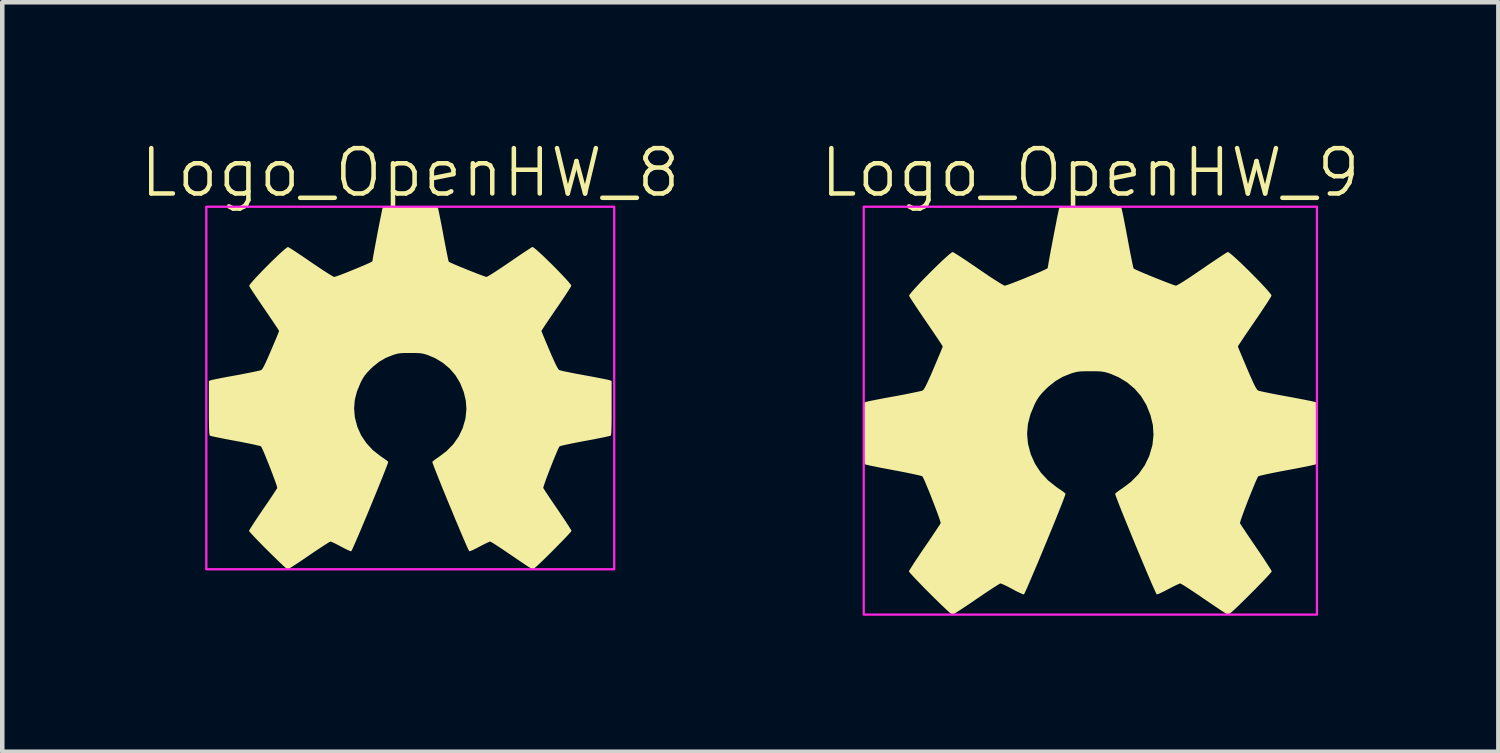
<source format=kicad_pcb>
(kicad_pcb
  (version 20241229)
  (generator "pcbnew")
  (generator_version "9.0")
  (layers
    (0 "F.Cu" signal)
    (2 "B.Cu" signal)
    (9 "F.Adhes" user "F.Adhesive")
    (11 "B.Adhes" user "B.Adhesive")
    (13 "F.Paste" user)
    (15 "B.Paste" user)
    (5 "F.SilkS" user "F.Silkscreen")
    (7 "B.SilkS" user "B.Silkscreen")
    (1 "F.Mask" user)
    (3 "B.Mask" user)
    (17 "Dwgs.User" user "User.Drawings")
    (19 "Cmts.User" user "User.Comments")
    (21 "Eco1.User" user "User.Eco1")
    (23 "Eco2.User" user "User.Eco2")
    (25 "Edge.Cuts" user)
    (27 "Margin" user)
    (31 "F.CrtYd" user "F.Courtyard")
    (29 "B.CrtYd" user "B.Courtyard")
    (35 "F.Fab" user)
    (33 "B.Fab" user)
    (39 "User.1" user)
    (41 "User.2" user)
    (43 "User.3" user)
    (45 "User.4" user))
  (footprint "Logo_OpenHW_8"
    (layer "F.Cu")
    (at 6.002 5.511)
    (property "Reference" "Logo_OpenHW_8" (at 0 -4.75 0) (unlocked yes) (layer "F.SilkS") (effects (font (size 1 1) (thickness 0.1))))
    (attr smd exclude_from_pos_files exclude_from_bom)
    (fp_poly (pts (xy 0.613 -3.962) (xy 0.62 -3.937) (xy 0.632 -3.882) (xy 0.648 -3.802) (xy 0.668 -3.702) (xy 0.691 -3.584) (xy 0.716 -3.455) (xy 0.733 -3.362) (xy 0.758 -3.228) (xy 0.782 -3.105) (xy 0.803 -2.996) (xy 0.822 -2.905) (xy 0.836 -2.838) (xy 0.846 -2.797) (xy 0.85 -2.786) (xy 0.872 -2.774) (xy 0.919 -2.752) (xy 0.988 -2.722) (xy 1.073 -2.686) (xy 1.169 -2.647) (xy 1.269 -2.606) (xy 1.369 -2.566) (xy 1.464 -2.529) (xy 1.548 -2.497) (xy 1.616 -2.472) (xy 1.662 -2.456) (xy 1.681 -2.452) (xy 1.704 -2.461) (xy 1.752 -2.488) (xy 1.821 -2.531) (xy 1.908 -2.587) (xy 2.01 -2.654) (xy 2.124 -2.731) (xy 2.191 -2.777) (xy 2.305 -2.855) (xy 2.411 -2.927) (xy 2.505 -2.99) (xy 2.584 -3.042) (xy 2.645 -3.082) (xy 2.683 -3.106) (xy 2.696 -3.112) (xy 2.716 -3.102) (xy 2.757 -3.072) (xy 2.814 -3.023) (xy 2.884 -2.959) (xy 2.964 -2.884) (xy 3.049 -2.801) (xy 3.138 -2.714) (xy 3.226 -2.625) (xy 3.31 -2.538) (xy 3.387 -2.457) (xy 3.453 -2.386) (xy 3.505 -2.326) (xy 3.54 -2.282) (xy 3.553 -2.258) (xy 3.553 -2.256) (xy 3.542 -2.234) (xy 3.514 -2.188) (xy 3.471 -2.121) (xy 3.416 -2.036) (xy 3.35 -1.938) (xy 3.277 -1.829) (xy 3.22 -1.747) (xy 3.143 -1.634) (xy 3.072 -1.53) (xy 3.01 -1.438) (xy 2.959 -1.362) (xy 2.922 -1.304) (xy 2.899 -1.269) (xy 2.894 -1.259) (xy 2.901 -1.24) (xy 2.919 -1.195) (xy 2.947 -1.126) (xy 2.983 -1.039) (xy 3.026 -0.938) (xy 3.071 -0.831) (xy 3.129 -0.696) (xy 3.177 -0.59) (xy 3.215 -0.51) (xy 3.244 -0.454) (xy 3.267 -0.417) (xy 3.285 -0.398) (xy 3.288 -0.396) (xy 3.315 -0.388) (xy 3.37 -0.374) (xy 3.45 -0.357) (xy 3.55 -0.337) (xy 3.666 -0.314) (xy 3.793 -0.291) (xy 3.847 -0.281) (xy 3.978 -0.257) (xy 4.099 -0.234) (xy 4.205 -0.213) (xy 4.294 -0.196) (xy 4.36 -0.182) (xy 4.398 -0.172) (xy 4.405 -0.17) (xy 4.443 -0.154) (xy 4.443 0.44) (xy 4.443 0.608) (xy 4.442 0.744) (xy 4.44 0.851) (xy 4.438 0.933) (xy 4.435 0.991) (xy 4.43 1.028) (xy 4.425 1.048) (xy 4.422 1.051) (xy 4.401 1.058) (xy 4.35 1.07) (xy 4.274 1.087) (xy 4.177 1.106) (xy 4.063 1.129) (xy 3.936 1.153) (xy 3.858 1.167) (xy 3.726 1.192) (xy 3.604 1.216) (xy 3.496 1.238) (xy 3.407 1.257) (xy 3.342 1.273) (xy 3.303 1.284) (xy 3.294 1.288) (xy 3.28 1.311) (xy 3.256 1.361) (xy 3.226 1.432) (xy 3.189 1.519) (xy 3.149 1.617) (xy 3.108 1.721) (xy 3.067 1.826) (xy 3.028 1.928) (xy 2.994 2.021) (xy 2.966 2.1) (xy 2.945 2.161) (xy 2.935 2.198) (xy 2.935 2.206) (xy 2.947 2.227) (xy 2.976 2.271) (xy 3.019 2.337) (xy 3.074 2.42) (xy 3.139 2.516) (xy 3.212 2.623) (xy 3.252 2.681) (xy 3.326 2.792) (xy 3.395 2.893) (xy 3.454 2.983) (xy 3.502 3.057) (xy 3.537 3.113) (xy 3.555 3.145) (xy 3.558 3.152) (xy 3.546 3.169) (xy 3.513 3.207) (xy 3.461 3.264) (xy 3.394 3.335) (xy 3.313 3.418) (xy 3.222 3.511) (xy 3.143 3.59) (xy 3.025 3.708) (xy 2.929 3.802) (xy 2.852 3.875) (xy 2.793 3.93) (xy 2.749 3.967) (xy 2.718 3.989) (xy 2.699 3.997) (xy 2.694 3.997) (xy 2.673 3.985) (xy 2.627 3.957) (xy 2.56 3.914) (xy 2.477 3.858) (xy 2.38 3.793) (xy 2.274 3.721) (xy 2.226 3.688) (xy 2.117 3.614) (xy 2.017 3.546) (xy 1.928 3.488) (xy 1.855 3.44) (xy 1.8 3.407) (xy 1.769 3.39) (xy 1.763 3.388) (xy 1.739 3.396) (xy 1.691 3.417) (xy 1.626 3.449) (xy 1.551 3.488) (xy 1.529 3.499) (xy 1.453 3.539) (xy 1.386 3.572) (xy 1.335 3.594) (xy 1.306 3.603) (xy 1.303 3.603) (xy 1.293 3.586) (xy 1.271 3.541) (xy 1.239 3.471) (xy 1.199 3.379) (xy 1.152 3.269) (xy 1.098 3.143) (xy 1.041 3.006) (xy 0.979 2.86) (xy 0.917 2.709) (xy 0.853 2.556) (xy 0.791 2.404) (xy 0.73 2.257) (xy 0.674 2.117) (xy 0.622 1.989) (xy 0.577 1.875) (xy 0.539 1.779) (xy 0.511 1.704) (xy 0.493 1.654) (xy 0.486 1.63) (xy 0.487 1.63) (xy 0.504 1.612) (xy 0.543 1.581) (xy 0.597 1.543) (xy 0.626 1.524) (xy 0.801 1.392) (xy 0.948 1.242) (xy 1.066 1.075) (xy 1.155 0.891) (xy 1.213 0.693) (xy 1.22 0.657) (xy 1.239 0.468) (xy 1.226 0.282) (xy 1.182 0.093) (xy 1.104 -0.1) (xy 1.095 -0.119) (xy 0.996 -0.283) (xy 0.87 -0.429) (xy 0.72 -0.555) (xy 0.55 -0.658) (xy 0.383 -0.728) (xy 0.325 -0.746) (xy 0.274 -0.759) (xy 0.221 -0.767) (xy 0.158 -0.771) (xy 0.075 -0.773) (xy 0 -0.773) (xy -0.101 -0.773) (xy -0.177 -0.77) (xy -0.237 -0.765) (xy -0.288 -0.756) (xy -0.34 -0.741) (xy -0.383 -0.728) (xy -0.541 -0.664) (xy -0.682 -0.582) (xy -0.816 -0.476) (xy -0.878 -0.417) (xy -0.949 -0.343) (xy -1.003 -0.278) (xy -1.047 -0.211) (xy -1.091 -0.128) (xy -1.095 -0.119) (xy -1.176 0.075) (xy -1.224 0.264) (xy -1.239 0.451) (xy -1.223 0.639) (xy -1.22 0.657) (xy -1.167 0.858) (xy -1.084 1.044) (xy -0.97 1.214) (xy -0.828 1.368) (xy -0.659 1.502) (xy -0.626 1.524) (xy -0.568 1.564) (xy -0.52 1.598) (xy -0.492 1.623) (xy -0.487 1.63) (xy -0.491 1.649) (xy -0.508 1.696) (xy -0.535 1.768) (xy -0.572 1.862) (xy -0.616 1.974) (xy -0.667 2.1) (xy -0.723 2.238) (xy -0.783 2.385) (xy -0.845 2.536) (xy -0.908 2.689) (xy -0.971 2.841) (xy -1.033 2.988) (xy -1.091 3.126) (xy -1.145 3.254) (xy -1.194 3.366) (xy -1.235 3.46) (xy -1.268 3.534) (xy -1.291 3.582) (xy -1.302 3.603) (xy -1.303 3.603) (xy -1.324 3.598) (xy -1.37 3.579) (xy -1.432 3.549) (xy -1.506 3.511) (xy -1.528 3.499) (xy -1.605 3.458) (xy -1.673 3.424) (xy -1.726 3.4) (xy -1.756 3.388) (xy -1.76 3.388) (xy -1.78 3.397) (xy -1.825 3.424) (xy -1.89 3.465) (xy -1.972 3.519) (xy -2.069 3.583) (xy -2.175 3.654) (xy -2.233 3.694) (xy -2.343 3.769) (xy -2.445 3.838) (xy -2.535 3.897) (xy -2.61 3.945) (xy -2.665 3.979) (xy -2.699 3.998) (xy -2.706 4.001) (xy -2.724 3.989) (xy -2.763 3.956) (xy -2.82 3.904) (xy -2.891 3.836) (xy -2.975 3.755) (xy -3.068 3.664) (xy -3.145 3.588) (xy -3.243 3.49) (xy -3.332 3.399) (xy -3.41 3.318) (xy -3.474 3.25) (xy -3.522 3.197) (xy -3.551 3.164) (xy -3.558 3.152) (xy -3.549 3.133) (xy -3.522 3.089) (xy -3.481 3.025) (xy -3.428 2.943) (xy -3.364 2.847) (xy -3.292 2.741) (xy -3.252 2.681) (xy -3.176 2.571) (xy -3.107 2.469) (xy -3.046 2.378) (xy -2.997 2.303) (xy -2.96 2.247) (xy -2.939 2.214) (xy -2.935 2.206) (xy -2.939 2.185) (xy -2.953 2.136) (xy -2.977 2.067) (xy -3.009 1.981) (xy -3.045 1.883) (xy -3.085 1.779) (xy -3.127 1.673) (xy -3.168 1.571) (xy -3.206 1.478) (xy -3.24 1.397) (xy -3.268 1.336) (xy -3.288 1.297) (xy -3.294 1.288) (xy -3.315 1.28) (xy -3.366 1.267) (xy -3.442 1.249) (xy -3.539 1.229) (xy -3.653 1.206) (xy -3.78 1.181) (xy -3.858 1.167) (xy -3.99 1.142) (xy -4.112 1.119) (xy -4.22 1.097) (xy -4.308 1.079) (xy -4.374 1.064) (xy -4.413 1.054) (xy -4.422 1.051) (xy -4.428 1.038) (xy -4.433 1.009) (xy -4.437 0.96) (xy -4.44 0.888) (xy -4.441 0.792) (xy -4.443 0.669) (xy -4.443 0.515) (xy -4.443 0.44) (xy -4.443 -0.154) (xy -4.405 -0.17) (xy -4.379 -0.177) (xy -4.324 -0.189) (xy -4.245 -0.205) (xy -4.145 -0.225) (xy -4.029 -0.247) (xy -3.902 -0.27) (xy -3.847 -0.28) (xy -3.717 -0.304) (xy -3.596 -0.328) (xy -3.489 -0.349) (xy -3.4 -0.368) (xy -3.334 -0.383) (xy -3.295 -0.393) (xy -3.288 -0.396) (xy -3.272 -0.411) (xy -3.25 -0.443) (xy -3.222 -0.495) (xy -3.186 -0.57) (xy -3.141 -0.67) (xy -3.085 -0.799) (xy -3.071 -0.831) (xy -3.024 -0.942) (xy -2.981 -1.043) (xy -2.945 -1.129) (xy -2.918 -1.197) (xy -2.9 -1.242) (xy -2.894 -1.259) (xy -2.903 -1.275) (xy -2.93 -1.317) (xy -2.971 -1.379) (xy -3.025 -1.46) (xy -3.089 -1.555) (xy -3.162 -1.662) (xy -3.22 -1.747) (xy -3.298 -1.861) (xy -3.369 -1.966) (xy -3.432 -2.061) (xy -3.485 -2.14) (xy -3.524 -2.201) (xy -3.548 -2.24) (xy -3.554 -2.253) (xy -3.545 -2.273) (xy -3.514 -2.314) (xy -3.465 -2.371) (xy -3.402 -2.441) (xy -3.327 -2.52) (xy -3.244 -2.606) (xy -3.156 -2.695) (xy -3.068 -2.783) (xy -2.981 -2.867) (xy -2.9 -2.944) (xy -2.828 -3.01) (xy -2.769 -3.062) (xy -2.725 -3.097) (xy -2.7 -3.111) (xy -2.698 -3.111) (xy -2.677 -3.1) (xy -2.63 -3.072) (xy -2.563 -3.029) (xy -2.479 -2.973) (xy -2.381 -2.908) (xy -2.272 -2.834) (xy -2.191 -2.778) (xy -2.07 -2.696) (xy -1.96 -2.622) (xy -1.864 -2.559) (xy -1.784 -2.509) (xy -1.724 -2.473) (xy -1.688 -2.454) (xy -1.679 -2.451) (xy -1.652 -2.458) (xy -1.599 -2.475) (xy -1.525 -2.502) (xy -1.435 -2.537) (xy -1.334 -2.577) (xy -1.286 -2.597) (xy -1.151 -2.652) (xy -1.045 -2.697) (xy -0.965 -2.731) (xy -0.906 -2.758) (xy -0.867 -2.777) (xy -0.845 -2.79) (xy -0.835 -2.8) (xy -0.834 -2.803) (xy -0.831 -2.827) (xy -0.822 -2.88) (xy -0.809 -2.956) (xy -0.791 -3.051) (xy -0.771 -3.159) (xy -0.749 -3.277) (xy -0.726 -3.399) (xy -0.703 -3.52) (xy -0.68 -3.636) (xy -0.659 -3.741) (xy -0.641 -3.832) (xy -0.627 -3.902) (xy -0.617 -3.947) (xy -0.613 -3.962) (xy -0.597 -4.001) (xy 0 -4.001) (xy 0.597 -4.001)) (stroke (width 0) (type solid)) (fill yes) (layer "F.SilkS"))
    (fp_rect (start -4.5 -4) (end 4.5 4) (stroke (width 0.05) (type default)) (fill no) (layer "F.CrtYd")))
  (footprint "Logo_OpenHW_9"
    (layer "F.Cu")
    (at 21.007 6.011)
    (property "Reference" "Logo_OpenHW_9" (at 0 -5.25 0) (unlocked yes) (layer "F.SilkS") (effects (font (size 1 1) (thickness 0.1))))
    (attr smd exclude_from_pos_files exclude_from_bom)
    (fp_poly (pts (xy 0.69 -4.458) (xy 0.697 -4.43) (xy 0.711 -4.368) (xy 0.73 -4.278) (xy 0.752 -4.165) (xy 0.778 -4.033) (xy 0.805 -3.887) (xy 0.825 -3.783) (xy 0.853 -3.632) (xy 0.879 -3.493) (xy 0.904 -3.371) (xy 0.924 -3.269) (xy 0.941 -3.193) (xy 0.952 -3.147) (xy 0.957 -3.135) (xy 0.981 -3.122) (xy 1.035 -3.097) (xy 1.112 -3.063) (xy 1.208 -3.022) (xy 1.315 -2.978) (xy 1.428 -2.932) (xy 1.541 -2.887) (xy 1.648 -2.845) (xy 1.742 -2.809) (xy 1.818 -2.781) (xy 1.87 -2.763) (xy 1.891 -2.758) (xy 1.917 -2.769) (xy 1.971 -2.8) (xy 2.049 -2.847) (xy 2.147 -2.91) (xy 2.261 -2.986) (xy 2.389 -3.073) (xy 2.466 -3.125) (xy 2.593 -3.213) (xy 2.712 -3.293) (xy 2.818 -3.364) (xy 2.907 -3.423) (xy 2.976 -3.468) (xy 3.019 -3.494) (xy 3.033 -3.501) (xy 3.057 -3.491) (xy 3.102 -3.456) (xy 3.166 -3.401) (xy 3.245 -3.33) (xy 3.335 -3.245) (xy 3.431 -3.152) (xy 3.531 -3.053) (xy 3.63 -2.953) (xy 3.725 -2.856) (xy 3.811 -2.765) (xy 3.886 -2.684) (xy 3.944 -2.617) (xy 3.983 -2.568) (xy 3.998 -2.54) (xy 3.998 -2.538) (xy 3.986 -2.514) (xy 3.954 -2.462) (xy 3.906 -2.386) (xy 3.843 -2.291) (xy 3.77 -2.181) (xy 3.687 -2.058) (xy 3.624 -1.966) (xy 3.537 -1.839) (xy 3.457 -1.722) (xy 3.387 -1.618) (xy 3.33 -1.532) (xy 3.287 -1.468) (xy 3.262 -1.428) (xy 3.256 -1.417) (xy 3.264 -1.396) (xy 3.284 -1.344) (xy 3.316 -1.267) (xy 3.357 -1.17) (xy 3.405 -1.056) (xy 3.456 -0.936) (xy 3.521 -0.784) (xy 3.575 -0.664) (xy 3.617 -0.574) (xy 3.65 -0.51) (xy 3.676 -0.469) (xy 3.696 -0.448) (xy 3.7 -0.445) (xy 3.73 -0.436) (xy 3.792 -0.421) (xy 3.882 -0.402) (xy 3.995 -0.379) (xy 4.125 -0.354) (xy 4.268 -0.327) (xy 4.329 -0.316) (xy 4.476 -0.289) (xy 4.612 -0.263) (xy 4.732 -0.24) (xy 4.832 -0.22) (xy 4.905 -0.204) (xy 4.949 -0.194) (xy 4.956 -0.192) (xy 5 -0.173) (xy 5 0.495) (xy 4.999 0.684) (xy 4.998 0.837) (xy 4.996 0.958) (xy 4.994 1.049) (xy 4.99 1.115) (xy 4.985 1.157) (xy 4.979 1.179) (xy 4.976 1.183) (xy 4.952 1.19) (xy 4.894 1.204) (xy 4.809 1.223) (xy 4.7 1.245) (xy 4.571 1.27) (xy 4.429 1.297) (xy 4.341 1.313) (xy 4.192 1.341) (xy 4.055 1.368) (xy 3.934 1.393) (xy 3.834 1.415) (xy 3.76 1.432) (xy 3.716 1.445) (xy 3.706 1.449) (xy 3.69 1.476) (xy 3.664 1.531) (xy 3.629 1.611) (xy 3.589 1.709) (xy 3.544 1.819) (xy 3.497 1.936) (xy 3.451 2.055) (xy 3.407 2.17) (xy 3.369 2.274) (xy 3.337 2.363) (xy 3.314 2.432) (xy 3.303 2.473) (xy 3.302 2.482) (xy 3.316 2.505) (xy 3.348 2.556) (xy 3.397 2.629) (xy 3.459 2.723) (xy 3.532 2.831) (xy 3.614 2.951) (xy 3.659 3.017) (xy 3.743 3.141) (xy 3.82 3.255) (xy 3.886 3.356) (xy 3.94 3.44) (xy 3.979 3.502) (xy 4 3.539) (xy 4.003 3.547) (xy 3.99 3.566) (xy 3.953 3.609) (xy 3.895 3.672) (xy 3.819 3.752) (xy 3.728 3.846) (xy 3.625 3.951) (xy 3.536 4.04) (xy 3.404 4.172) (xy 3.295 4.278) (xy 3.209 4.361) (xy 3.142 4.422) (xy 3.093 4.464) (xy 3.059 4.488) (xy 3.037 4.497) (xy 3.032 4.497) (xy 3.007 4.484) (xy 2.955 4.452) (xy 2.881 4.404) (xy 2.787 4.341) (xy 2.678 4.268) (xy 2.559 4.187) (xy 2.504 4.15) (xy 2.382 4.066) (xy 2.269 3.99) (xy 2.169 3.924) (xy 2.087 3.871) (xy 2.026 3.834) (xy 1.99 3.814) (xy 1.984 3.812) (xy 1.956 3.821) (xy 1.903 3.845) (xy 1.83 3.88) (xy 1.745 3.925) (xy 1.721 3.937) (xy 1.635 3.982) (xy 1.559 4.019) (xy 1.502 4.044) (xy 1.47 4.054) (xy 1.466 4.054) (xy 1.454 4.035) (xy 1.43 3.984) (xy 1.395 3.906) (xy 1.349 3.802) (xy 1.296 3.678) (xy 1.236 3.537) (xy 1.171 3.382) (xy 1.102 3.218) (xy 1.031 3.048) (xy 0.96 2.876) (xy 0.89 2.705) (xy 0.822 2.539) (xy 0.758 2.382) (xy 0.7 2.238) (xy 0.649 2.11) (xy 0.607 2.002) (xy 0.575 1.918) (xy 0.555 1.861) (xy 0.547 1.834) (xy 0.548 1.834) (xy 0.567 1.813) (xy 0.611 1.779) (xy 0.672 1.736) (xy 0.705 1.715) (xy 0.901 1.567) (xy 1.066 1.398) (xy 1.199 1.209) (xy 1.299 1.003) (xy 1.365 0.779) (xy 1.373 0.739) (xy 1.394 0.527) (xy 1.38 0.317) (xy 1.329 0.105) (xy 1.242 -0.113) (xy 1.232 -0.134) (xy 1.121 -0.318) (xy 0.979 -0.483) (xy 0.81 -0.625) (xy 0.619 -0.74) (xy 0.431 -0.819) (xy 0.366 -0.839) (xy 0.308 -0.854) (xy 0.249 -0.863) (xy 0.178 -0.868) (xy 0.085 -0.87) (xy 0 -0.87) (xy -0.114 -0.869) (xy -0.2 -0.867) (xy -0.266 -0.861) (xy -0.324 -0.85) (xy -0.383 -0.834) (xy -0.431 -0.819) (xy -0.609 -0.747) (xy -0.767 -0.655) (xy -0.918 -0.535) (xy -0.988 -0.469) (xy -1.068 -0.386) (xy -1.128 -0.313) (xy -1.178 -0.237) (xy -1.227 -0.144) (xy -1.232 -0.134) (xy -1.323 0.085) (xy -1.377 0.297) (xy -1.395 0.508) (xy -1.377 0.719) (xy -1.373 0.739) (xy -1.313 0.965) (xy -1.219 1.174) (xy -1.092 1.366) (xy -0.932 1.539) (xy -0.741 1.69) (xy -0.705 1.715) (xy -0.639 1.759) (xy -0.585 1.798) (xy -0.553 1.826) (xy -0.548 1.834) (xy -0.553 1.855) (xy -0.572 1.909) (xy -0.602 1.99) (xy -0.643 2.095) (xy -0.693 2.221) (xy -0.75 2.363) (xy -0.813 2.519) (xy -0.881 2.683) (xy -0.951 2.854) (xy -1.022 3.026) (xy -1.093 3.197) (xy -1.162 3.362) (xy -1.228 3.518) (xy -1.289 3.661) (xy -1.343 3.787) (xy -1.389 3.894) (xy -1.426 3.976) (xy -1.452 4.031) (xy -1.465 4.054) (xy -1.466 4.054) (xy -1.49 4.049) (xy -1.541 4.027) (xy -1.612 3.994) (xy -1.695 3.95) (xy -1.719 3.937) (xy -1.806 3.891) (xy -1.883 3.853) (xy -1.942 3.826) (xy -1.976 3.813) (xy -1.98 3.812) (xy -2.003 3.822) (xy -2.053 3.852) (xy -2.127 3.899) (xy -2.219 3.959) (xy -2.328 4.031) (xy -2.447 4.112) (xy -2.513 4.157) (xy -2.636 4.241) (xy -2.751 4.318) (xy -2.852 4.385) (xy -2.936 4.439) (xy -2.999 4.478) (xy -3.037 4.499) (xy -3.045 4.502) (xy -3.065 4.488) (xy -3.109 4.451) (xy -3.173 4.393) (xy -3.253 4.317) (xy -3.348 4.226) (xy -3.453 4.123) (xy -3.539 4.037) (xy -3.649 3.927) (xy -3.749 3.824) (xy -3.837 3.733) (xy -3.909 3.656) (xy -3.963 3.597) (xy -3.995 3.56) (xy -4.003 3.547) (xy -3.993 3.525) (xy -3.963 3.476) (xy -3.917 3.404) (xy -3.857 3.311) (xy -3.785 3.204) (xy -3.705 3.084) (xy -3.659 3.017) (xy -3.574 2.893) (xy -3.496 2.778) (xy -3.428 2.676) (xy -3.372 2.592) (xy -3.33 2.528) (xy -3.307 2.491) (xy -3.302 2.482) (xy -3.306 2.458) (xy -3.323 2.404) (xy -3.35 2.326) (xy -3.385 2.229) (xy -3.427 2.119) (xy -3.472 2.002) (xy -3.518 1.883) (xy -3.564 1.768) (xy -3.608 1.663) (xy -3.646 1.572) (xy -3.677 1.503) (xy -3.699 1.46) (xy -3.706 1.449) (xy -3.73 1.44) (xy -3.788 1.425) (xy -3.873 1.406) (xy -3.982 1.383) (xy -4.11 1.357) (xy -4.253 1.329) (xy -4.341 1.313) (xy -4.49 1.285) (xy -4.627 1.259) (xy -4.748 1.234) (xy -4.848 1.214) (xy -4.922 1.197) (xy -4.966 1.186) (xy -4.976 1.182) (xy -4.982 1.168) (xy -4.988 1.135) (xy -4.992 1.08) (xy -4.995 1) (xy -4.998 0.892) (xy -4.999 0.753) (xy -4.999 0.579) (xy -5 0.495) (xy -5 -0.173) (xy -4.956 -0.191) (xy -4.927 -0.199) (xy -4.865 -0.213) (xy -4.776 -0.231) (xy -4.664 -0.253) (xy -4.534 -0.278) (xy -4.391 -0.304) (xy -4.329 -0.315) (xy -4.182 -0.342) (xy -4.046 -0.369) (xy -3.926 -0.393) (xy -3.826 -0.414) (xy -3.751 -0.43) (xy -3.708 -0.442) (xy -3.7 -0.445) (xy -3.681 -0.462) (xy -3.657 -0.499) (xy -3.625 -0.557) (xy -3.585 -0.642) (xy -3.534 -0.754) (xy -3.471 -0.899) (xy -3.456 -0.936) (xy -3.403 -1.06) (xy -3.355 -1.174) (xy -3.314 -1.271) (xy -3.283 -1.347) (xy -3.263 -1.397) (xy -3.256 -1.416) (xy -3.267 -1.435) (xy -3.297 -1.482) (xy -3.343 -1.552) (xy -3.404 -1.643) (xy -3.476 -1.75) (xy -3.558 -1.87) (xy -3.623 -1.965) (xy -3.71 -2.093) (xy -3.791 -2.213) (xy -3.862 -2.319) (xy -3.921 -2.408) (xy -3.965 -2.477) (xy -3.992 -2.521) (xy -3.999 -2.535) (xy -3.989 -2.558) (xy -3.954 -2.603) (xy -3.899 -2.667) (xy -3.827 -2.746) (xy -3.743 -2.836) (xy -3.65 -2.932) (xy -3.551 -3.032) (xy -3.452 -3.131) (xy -3.354 -3.226) (xy -3.263 -3.313) (xy -3.182 -3.387) (xy -3.115 -3.446) (xy -3.066 -3.485) (xy -3.038 -3.5) (xy -3.036 -3.5) (xy -3.012 -3.488) (xy -2.96 -3.456) (xy -2.884 -3.408) (xy -2.789 -3.346) (xy -2.679 -3.272) (xy -2.557 -3.189) (xy -2.465 -3.126) (xy -2.329 -3.033) (xy -2.206 -2.95) (xy -2.097 -2.88) (xy -2.007 -2.823) (xy -1.94 -2.783) (xy -1.899 -2.761) (xy -1.889 -2.758) (xy -1.859 -2.765) (xy -1.8 -2.785) (xy -1.716 -2.816) (xy -1.615 -2.855) (xy -1.501 -2.9) (xy -1.447 -2.922) (xy -1.295 -2.985) (xy -1.176 -3.034) (xy -1.085 -3.073) (xy -1.02 -3.103) (xy -0.976 -3.124) (xy -0.95 -3.14) (xy -0.94 -3.15) (xy -0.939 -3.154) (xy -0.935 -3.181) (xy -0.925 -3.24) (xy -0.91 -3.326) (xy -0.891 -3.433) (xy -0.868 -3.555) (xy -0.843 -3.687) (xy -0.817 -3.824) (xy -0.791 -3.961) (xy -0.765 -4.091) (xy -0.742 -4.21) (xy -0.722 -4.311) (xy -0.705 -4.39) (xy -0.694 -4.442) (xy -0.69 -4.458) (xy -0.671 -4.502) (xy 0 -4.502) (xy 0.671 -4.502)) (stroke (width 0) (type solid)) (fill yes) (layer "F.SilkS"))
    (fp_rect (start -5 -4.5) (end 5 4.5) (stroke (width 0.05) (type default)) (fill no) (layer "F.CrtYd")))
  (gr_rect
    (start -3 -3)
    (end 30.01 13.536)
    (stroke (width 0.1) (type default))
    (fill no)
    (layer "Edge.Cuts")))
</source>
